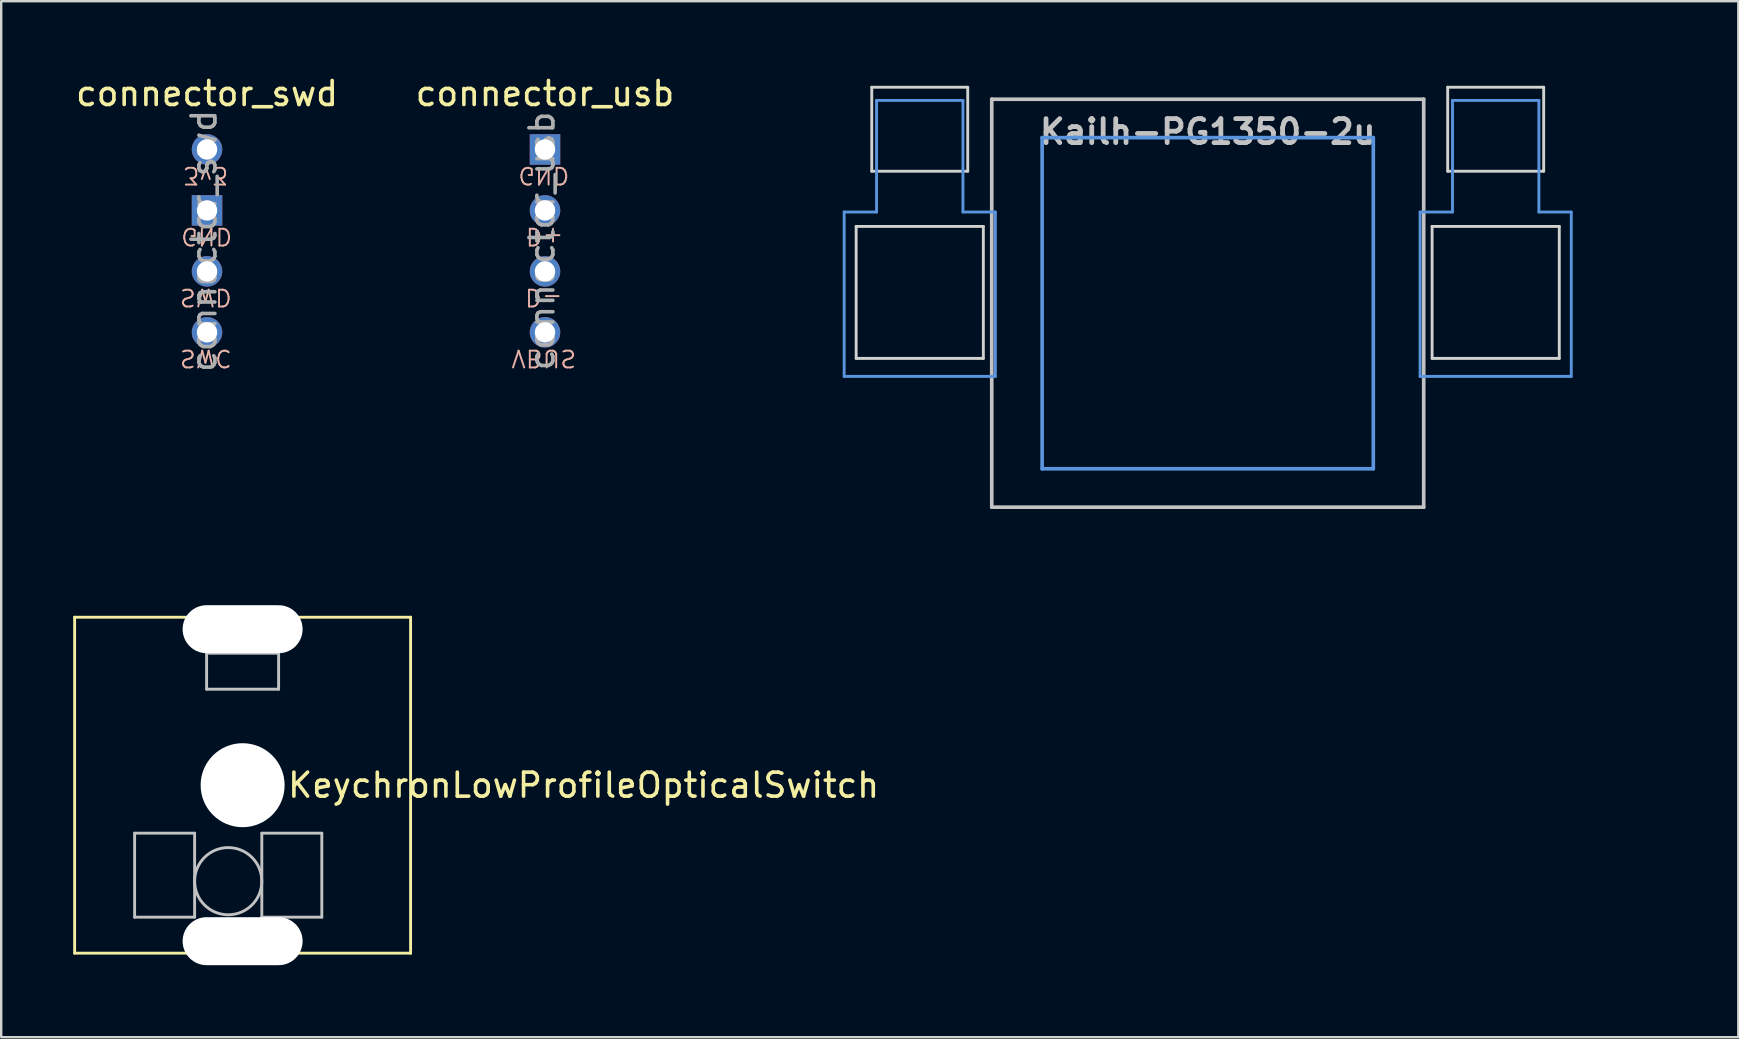
<source format=kicad_pcb>
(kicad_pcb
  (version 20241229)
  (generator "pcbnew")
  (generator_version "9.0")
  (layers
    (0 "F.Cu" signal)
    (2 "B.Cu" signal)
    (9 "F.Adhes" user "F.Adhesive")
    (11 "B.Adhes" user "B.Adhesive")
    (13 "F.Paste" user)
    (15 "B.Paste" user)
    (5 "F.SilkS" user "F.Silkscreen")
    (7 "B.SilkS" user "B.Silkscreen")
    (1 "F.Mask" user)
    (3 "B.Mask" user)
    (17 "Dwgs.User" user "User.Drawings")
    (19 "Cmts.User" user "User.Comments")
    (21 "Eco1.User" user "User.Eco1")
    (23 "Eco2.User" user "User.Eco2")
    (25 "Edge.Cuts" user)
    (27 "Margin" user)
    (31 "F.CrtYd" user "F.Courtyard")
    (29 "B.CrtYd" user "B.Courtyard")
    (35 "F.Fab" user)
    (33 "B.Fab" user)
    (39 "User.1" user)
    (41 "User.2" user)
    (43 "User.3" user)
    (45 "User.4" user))
  (footprint "KeychronLowProfileOpticalSwitch"
    (layer "F.Cu")
    (at 7.06 29.67)
    (property "Reference" "KeychronLowProfileOpticalSwitch" (at 1.8 0 0) (layer "F.SilkS") (effects (font (size 1 1) (thickness 0.15)) (justify left)))
    (attr through_hole)
    (fp_line (start -7 -7) (end 7 -7) (stroke (width 0.12) (type solid)) (layer "F.SilkS"))
    (fp_line (start -7 7) (end -7 -7) (stroke (width 0.12) (type solid)) (layer "F.SilkS"))
    (fp_line (start 7 -7) (end 7 7) (stroke (width 0.12) (type solid)) (layer "F.SilkS"))
    (fp_line (start 7 7) (end -7 7) (stroke (width 0.12) (type solid)) (layer "F.SilkS"))
    (fp_line (start -4.5 2) (end -4.5 5.5) (stroke (width 0.12) (type solid)) (layer "Dwgs.User"))
    (fp_line (start -4.5 2) (end -2 2) (stroke (width 0.12) (type solid)) (layer "Dwgs.User"))
    (fp_line (start -4.5 5.5) (end -2 5.5) (stroke (width 0.12) (type solid)) (layer "Dwgs.User"))
    (fp_line (start -2 2) (end -2 5.5) (stroke (width 0.12) (type solid)) (layer "Dwgs.User"))
    (fp_line (start -1.5 -5.5) (end 1.5 -5.5) (stroke (width 0.12) (type solid)) (layer "Dwgs.User"))
    (fp_line (start -1.5 -4) (end -1.5 -5.5) (stroke (width 0.12) (type solid)) (layer "Dwgs.User"))
    (fp_line (start 0.8 2) (end 0.8 5.5) (stroke (width 0.12) (type solid)) (layer "Dwgs.User"))
    (fp_line (start 0.8 2) (end 3.3 2) (stroke (width 0.12) (type solid)) (layer "Dwgs.User"))
    (fp_line (start 1.5 -5.5) (end 1.5 -4) (stroke (width 0.12) (type solid)) (layer "Dwgs.User"))
    (fp_line (start 1.5 -4) (end -1.5 -4) (stroke (width 0.12) (type solid)) (layer "Dwgs.User"))
    (fp_line (start 3.3 2) (end 3.3 5.5) (stroke (width 0.12) (type solid)) (layer "Dwgs.User"))
    (fp_line (start 3.3 5.5) (end 0.8 5.5) (stroke (width 0.12) (type solid)) (layer "Dwgs.User"))
    (fp_circle (center -0.6 4) (end -0.6 2.6) (stroke (width 0.12) (type solid)) (fill no) (layer "Dwgs.User"))
    (pad "" np_thru_hole oval (at 0 -6.5) (size 5 2) (drill oval 5 2) (layers "*.Cu" "*.Mask"))
    (pad "" np_thru_hole circle (at 0 0) (size 3.5 3.5) (drill 3.5) (layers "*.Cu" "*.Mask"))
    (pad "" np_thru_hole oval (at 0 6.5) (size 5 2) (drill oval 5 2) (layers "*.Cu" "*.Mask")))
  (footprint "connector_usb"
    (layer "F.Cu")
    (at 19.661 3.178)
    (property "Reference" "connector_usb" (at 0 -2.33 0) (layer "F.SilkS") (effects (font (size 1 1) (thickness 0.15))))
    (attr through_hole)
    (fp_text user "VBUS" (at -0.05 8.704 180) (unlocked yes) (layer "B.SilkS") (effects (font (size 0.7 0.7) (thickness 0.08)) (justify mirror)))
    (fp_text user "GND" (at -0.05 1.084 180) (unlocked yes) (layer "B.SilkS") (effects (font (size 0.7 0.7) (thickness 0.08)) (justify mirror)))
    (fp_text user "D+" (at -0.016 3.624 180) (unlocked yes) (layer "B.SilkS") (effects (font (size 0.7 0.7) (thickness 0.08)) (justify mirror)))
    (fp_text user "D-" (at -0.05 6.164 180) (unlocked yes) (layer "B.SilkS") (effects (font (size 0.7 0.7) (thickness 0.08)) (justify mirror)))
    (fp_text user "${REFERENCE}" (at -0.127 3.81 90) (layer "F.Fab") (effects (font (size 1 1) (thickness 0.15))))
    (pad "1" thru_hole rect (at 0 0) (size 1.27 1.27) (drill 0.85) (layers "*.Cu" "*.Mask"))
    (pad "2" thru_hole oval (at 0 2.54) (size 1.27 1.27) (drill 0.85) (layers "*.Cu" "*.Mask"))
    (pad "3" thru_hole oval (at 0 5.08) (size 1.27 1.27) (drill 0.85) (layers "*.Cu" "*.Mask"))
    (pad "4" thru_hole oval (at 0 7.62) (size 1.27 1.27) (drill 0.85) (layers "*.Cu" "*.Mask")))
  (footprint "connector_swd"
    (layer "F.Cu")
    (at 5.577 3.178)
    (property "Reference" "connector_swd" (at 0 -2.33 0) (layer "F.SilkS") (effects (font (size 1 1) (thickness 0.15))))
    (attr through_hole)
    (fp_text user "GND" (at -0.016 3.624 180) (unlocked yes) (layer "B.SilkS") (effects (font (size 0.7 0.7) (thickness 0.08)) (justify mirror)))
    (fp_text user "SWC" (at -0.05 8.704 180) (unlocked yes) (layer "B.SilkS") (effects (font (size 0.7 0.7) (thickness 0.08)) (justify mirror)))
    (fp_text user "SWD" (at -0.05 6.164 180) (unlocked yes) (layer "B.SilkS") (effects (font (size 0.7 0.7) (thickness 0.08)) (justify mirror)))
    (fp_text user "3v3" (at -0.05 1.084 180) (unlocked yes) (layer "B.SilkS") (effects (font (size 0.7 0.7) (thickness 0.08)) (justify mirror)))
    (fp_text user "${REFERENCE}" (at -0.127 3.81 90) (layer "F.Fab") (effects (font (size 1 1) (thickness 0.15))))
    (pad "1" thru_hole oval (at 0 0) (size 1.27 1.27) (drill 0.85) (layers "*.Cu" "*.Mask"))
    (pad "2" thru_hole rect (at 0 2.54) (size 1.27 1.27) (drill 0.85) (layers "*.Cu" "*.Mask"))
    (pad "3" thru_hole oval (at 0 5.08) (size 1.27 1.27) (drill 0.85) (layers "*.Cu" "*.Mask"))
    (pad "4" thru_hole oval (at 0 7.62) (size 1.27 1.27) (drill 0.85) (layers "*.Cu" "*.Mask")))
  (footprint "Kailh-PG1350-2u"
    (layer "F.Cu")
    (at 47.277 9.585)
    (property "Reference" "Kailh-PG1350-2u" (at 0 -7.144 180) (layer "Dwgs.User") (effects (font (size 1 1) (thickness 0.2))))
    (attr through_hole)
    (fp_line (start -9 -8.5) (end 9 -8.5) (stroke (width 0.152) (type solid)) (layer "Dwgs.User"))
    (fp_line (start -9 8.5) (end -9 -8.5) (stroke (width 0.152) (type solid)) (layer "Dwgs.User"))
    (fp_line (start 9 -8.5) (end 9 8.5) (stroke (width 0.152) (type solid)) (layer "Dwgs.User"))
    (fp_line (start 9 8.5) (end -9 8.5) (stroke (width 0.152) (type solid)) (layer "Dwgs.User"))
    (fp_line (start -15.15 -3.8) (end -13.8 -3.8) (stroke (width 0.12) (type solid)) (layer "Cmts.User"))
    (fp_line (start -15.15 3.05) (end -15.15 -3.8) (stroke (width 0.12) (type solid)) (layer "Cmts.User"))
    (fp_line (start -15.15 3.05) (end -8.85 3.05) (stroke (width 0.12) (type solid)) (layer "Cmts.User"))
    (fp_line (start -13.8 -8.45) (end -13.8 -3.8) (stroke (width 0.12) (type solid)) (layer "Cmts.User"))
    (fp_line (start -13.8 -8.45) (end -10.2 -8.45) (stroke (width 0.12) (type solid)) (layer "Cmts.User"))
    (fp_line (start -10.2 -8.45) (end -10.2 -3.8) (stroke (width 0.12) (type solid)) (layer "Cmts.User"))
    (fp_line (start -10.2 -3.8) (end -8.85 -3.8) (stroke (width 0.12) (type solid)) (layer "Cmts.User"))
    (fp_line (start -8.85 3.05) (end -8.85 -3.8) (stroke (width 0.12) (type solid)) (layer "Cmts.User"))
    (fp_line (start -6.9 -6.9) (end 6.9 -6.9) (stroke (width 0.152) (type solid)) (layer "Cmts.User"))
    (fp_line (start -6.9 6.9) (end -6.9 -6.9) (stroke (width 0.152) (type solid)) (layer "Cmts.User"))
    (fp_line (start 6.9 -6.9) (end 6.9 6.9) (stroke (width 0.152) (type solid)) (layer "Cmts.User"))
    (fp_line (start 6.9 6.9) (end -6.9 6.9) (stroke (width 0.152) (type solid)) (layer "Cmts.User"))
    (fp_line (start 8.85 -3.8) (end 10.2 -3.8) (stroke (width 0.12) (type solid)) (layer "Cmts.User"))
    (fp_line (start 8.85 3.05) (end 8.85 -3.8) (stroke (width 0.12) (type solid)) (layer "Cmts.User"))
    (fp_line (start 8.85 3.05) (end 15.15 3.05) (stroke (width 0.12) (type solid)) (layer "Cmts.User"))
    (fp_line (start 10.2 -8.45) (end 10.2 -3.8) (stroke (width 0.12) (type solid)) (layer "Cmts.User"))
    (fp_line (start 10.2 -8.45) (end 13.8 -8.45) (stroke (width 0.12) (type solid)) (layer "Cmts.User"))
    (fp_line (start 13.8 -8.45) (end 13.8 -3.8) (stroke (width 0.12) (type solid)) (layer "Cmts.User"))
    (fp_line (start 13.8 -3.8) (end 15.15 -3.8) (stroke (width 0.12) (type solid)) (layer "Cmts.User"))
    (fp_line (start 15.15 3.05) (end 15.15 -3.8) (stroke (width 0.12) (type solid)) (layer "Cmts.User"))
    (fp_line (start -19.05 -9.525) (end -19.05 9.525) (stroke (width 0.12) (type solid)) (layer "Eco1.User"))
    (fp_line (start -19.05 -9.525) (end 19.05 -9.525) (stroke (width 0.12) (type solid)) (layer "Eco1.User"))
    (fp_line (start -19.05 9.525) (end 19.05 9.525) (stroke (width 0.12) (type solid)) (layer "Eco1.User"))
    (fp_line (start 19.05 -9.525) (end 19.05 9.525) (stroke (width 0.12) (type solid)) (layer "Eco1.User"))
    (fp_line (start -7.5 -7.5) (end 7.5 -7.5) (stroke (width 0.152) (type solid)) (layer "Eco2.User"))
    (fp_line (start -7.5 7.5) (end -7.5 -7.5) (stroke (width 0.152) (type solid)) (layer "Eco2.User"))
    (fp_line (start 7.5 -7.5) (end 7.5 7.5) (stroke (width 0.152) (type solid)) (layer "Eco2.User"))
    (fp_line (start 7.5 7.5) (end -7.5 7.5) (stroke (width 0.152) (type solid)) (layer "Eco2.User"))
    (fp_line (start -14.65 -3.2) (end -14.65 2.3) (stroke (width 0.12) (type solid)) (layer "Edge.Cuts"))
    (fp_line (start -14.65 -3.2) (end -9.35 -3.2) (stroke (width 0.12) (type solid)) (layer "Edge.Cuts"))
    (fp_line (start -14.65 2.3) (end -9.35 2.3) (stroke (width 0.12) (type solid)) (layer "Edge.Cuts"))
    (fp_line (start -14 -9) (end -14 -5.5) (stroke (width 0.12) (type solid)) (layer "Edge.Cuts"))
    (fp_line (start -14 -9) (end -10 -9) (stroke (width 0.12) (type solid)) (layer "Edge.Cuts"))
    (fp_line (start -14 -5.5) (end -10 -5.5) (stroke (width 0.12) (type solid)) (layer "Edge.Cuts"))
    (fp_line (start -10 -5.5) (end -10 -9) (stroke (width 0.12) (type solid)) (layer "Edge.Cuts"))
    (fp_line (start -9.35 2.3) (end -9.35 -3.2) (stroke (width 0.12) (type solid)) (layer "Edge.Cuts"))
    (fp_line (start 9.35 -3.2) (end 9.35 2.3) (stroke (width 0.12) (type solid)) (layer "Edge.Cuts"))
    (fp_line (start 9.35 -3.2) (end 14.65 -3.2) (stroke (width 0.12) (type solid)) (layer "Edge.Cuts"))
    (fp_line (start 9.35 2.3) (end 14.65 2.3) (stroke (width 0.12) (type solid)) (layer "Edge.Cuts"))
    (fp_line (start 10 -9) (end 10 -5.5) (stroke (width 0.12) (type solid)) (layer "Edge.Cuts"))
    (fp_line (start 10 -9) (end 14 -9) (stroke (width 0.12) (type solid)) (layer "Edge.Cuts"))
    (fp_line (start 10 -5.5) (end 14 -5.5) (stroke (width 0.12) (type solid)) (layer "Edge.Cuts"))
    (fp_line (start 14 -5.5) (end 14 -9) (stroke (width 0.12) (type solid)) (layer "Edge.Cuts"))
    (fp_line (start 14.65 2.3) (end 14.65 -3.2) (stroke (width 0.12) (type solid)) (layer "Edge.Cuts")))
  (gr_rect
    (start -3 -3)
    (end 69.387 40.17)
    (stroke (width 0.1) (type default))
    (fill no)
    (layer "Edge.Cuts")))
</source>
